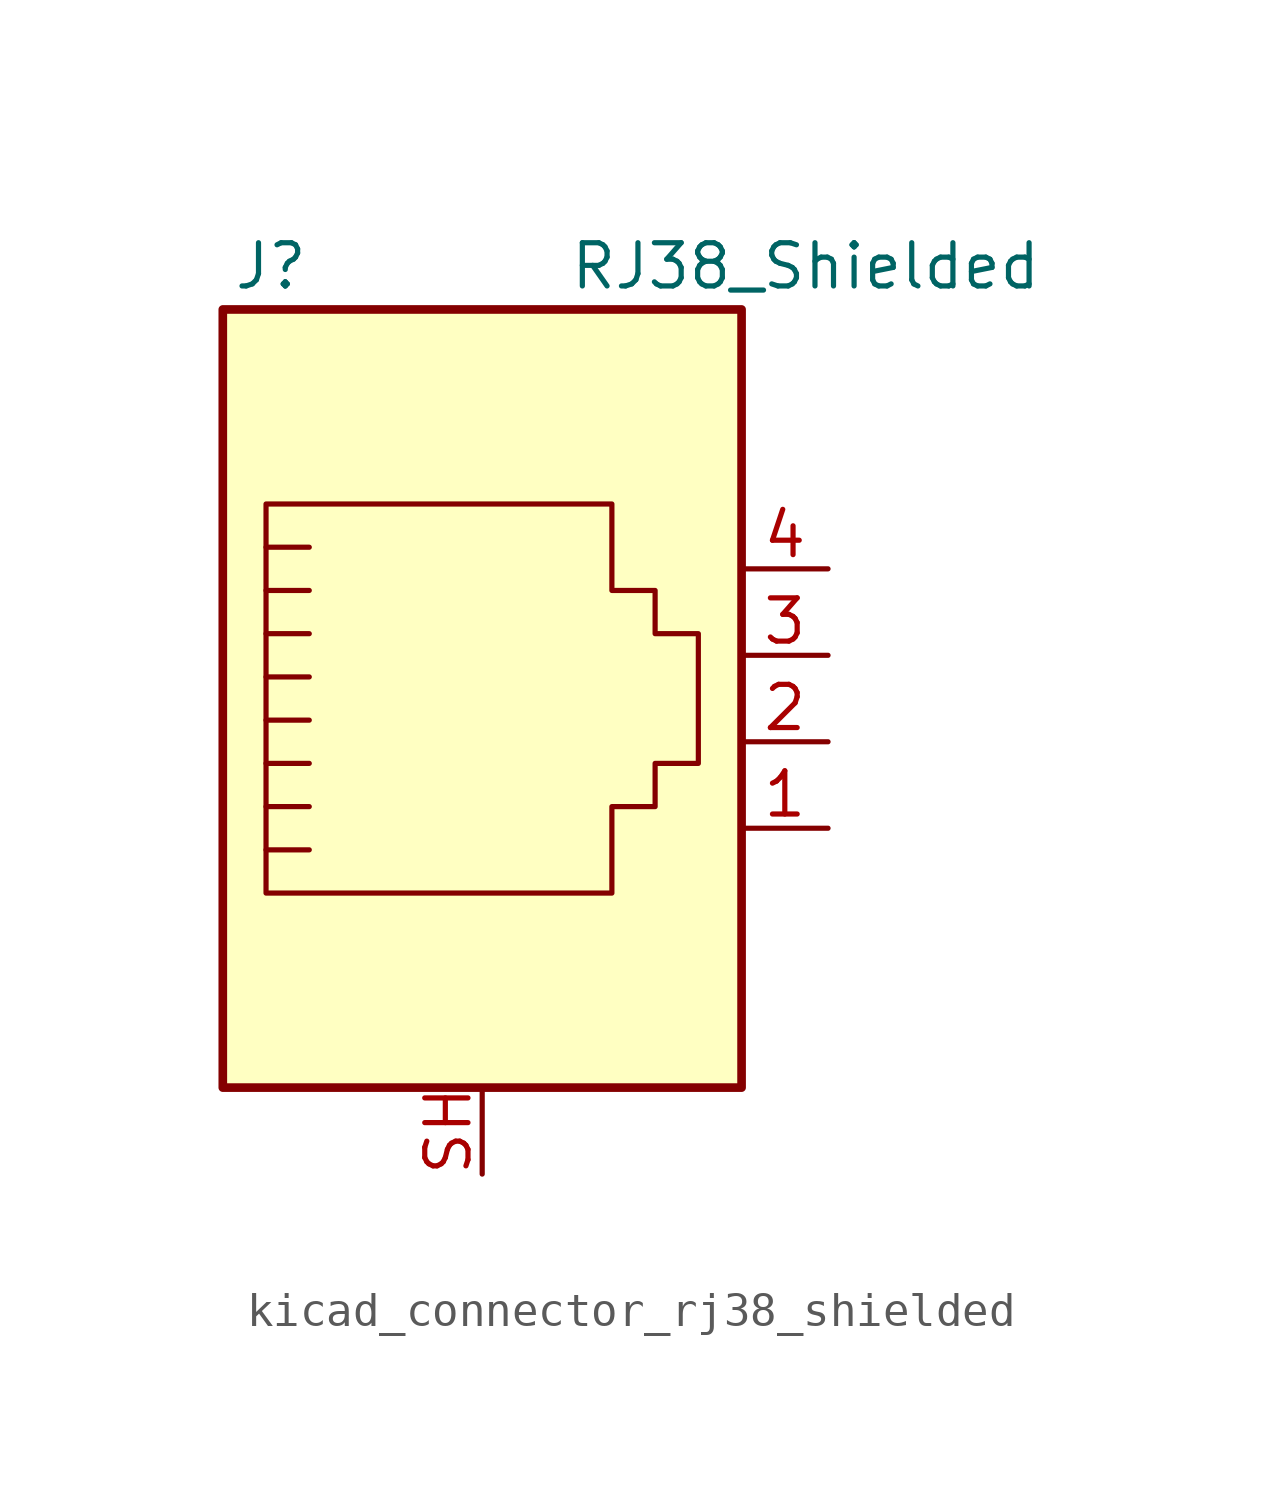
<source format=kicad_sym>
(kicad_symbol_lib
  (version 20220914)
  (generator kicad_symbol_editor)
  (symbol "kicad_connector_rj38_shielded"
    (pin_names
      (offset 1.016))
    (property "Reference" "J"
      (at -5.08 13.97 0)
      (effects (font (size 1.27 1.27)) (justify right)))
    (property "Value" "RJ38_Shielded"
      (at 2.54 13.97 0)
      (effects (font (size 1.27 1.27)) (justify left)))
    (symbol "kicad_connector_rj38_shielded_0_1"
      (polyline (pts (xy -5.08 4.445) (xy -6.35 4.445)) (stroke (width 0) (type default)) (fill (type none)))
      (polyline (pts (xy -5.08 5.715) (xy -6.35 5.715)) (stroke (width 0) (type default)) (fill (type none)))
      (polyline (pts (xy -6.35 -3.175) (xy -5.08 -3.175) (xy -5.08 -3.175)) (stroke (width 0) (type default)) (fill (type none)))
      (polyline (pts (xy -6.35 -1.905) (xy -5.08 -1.905) (xy -5.08 -1.905)) (stroke (width 0) (type default)) (fill (type none)))
      (polyline (pts (xy -6.35 -0.635) (xy -5.08 -0.635) (xy -5.08 -0.635)) (stroke (width 0) (type default)) (fill (type none)))
      (polyline (pts (xy -6.35 0.635) (xy -5.08 0.635) (xy -5.08 0.635)) (stroke (width 0) (type default)) (fill (type none)))
      (polyline (pts (xy -6.35 1.905) (xy -5.08 1.905) (xy -5.08 1.905)) (stroke (width 0) (type default)) (fill (type none)))
      (polyline (pts (xy -5.08 3.175) (xy -6.35 3.175) (xy -6.35 3.175)) (stroke (width 0) (type default)) (fill (type none)))
      (polyline (pts (xy -6.35 -4.445) (xy -6.35 6.985) (xy 3.81 6.985) (xy 3.81 4.445) (xy 5.08 4.445) (xy 5.08 3.175) (xy 6.35 3.175) (xy 6.35 -0.635) (xy 5.08 -0.635) (xy 5.08 -1.905) (xy 3.81 -1.905) (xy 3.81 -4.445) (xy -6.35 -4.445) (xy -6.35 -4.445)) (stroke (width 0) (type default)) (fill (type none)))
      (rectangle (start 7.62 12.7) (end -7.62 -10.16) (stroke (width 0.254) (type default)) (fill (type background))))
    (symbol "kicad_connector_rj38_shielded_1_1"
      (pin passive line (at 10.16 -2.54 180) (length 2.54) (name "~" (effects (font (size 1.27 1.27)))) (number "1" (effects (font (size 1.27 1.27)))))
      (pin passive line (at 10.16 0 180) (length 2.54) (name "~" (effects (font (size 1.27 1.27)))) (number "2" (effects (font (size 1.27 1.27)))))
      (pin passive line (at 10.16 2.54 180) (length 2.54) (name "~" (effects (font (size 1.27 1.27)))) (number "3" (effects (font (size 1.27 1.27)))))
      (pin passive line (at 10.16 5.08 180) (length 2.54) (name "~" (effects (font (size 1.27 1.27)))) (number "4" (effects (font (size 1.27 1.27)))))
      (pin passive line (at 0 -12.7 90) (length 2.54) (name "~" (effects (font (size 1.27 1.27)))) (number "SH" (effects (font (size 1.27 1.27))))))))
</source>
